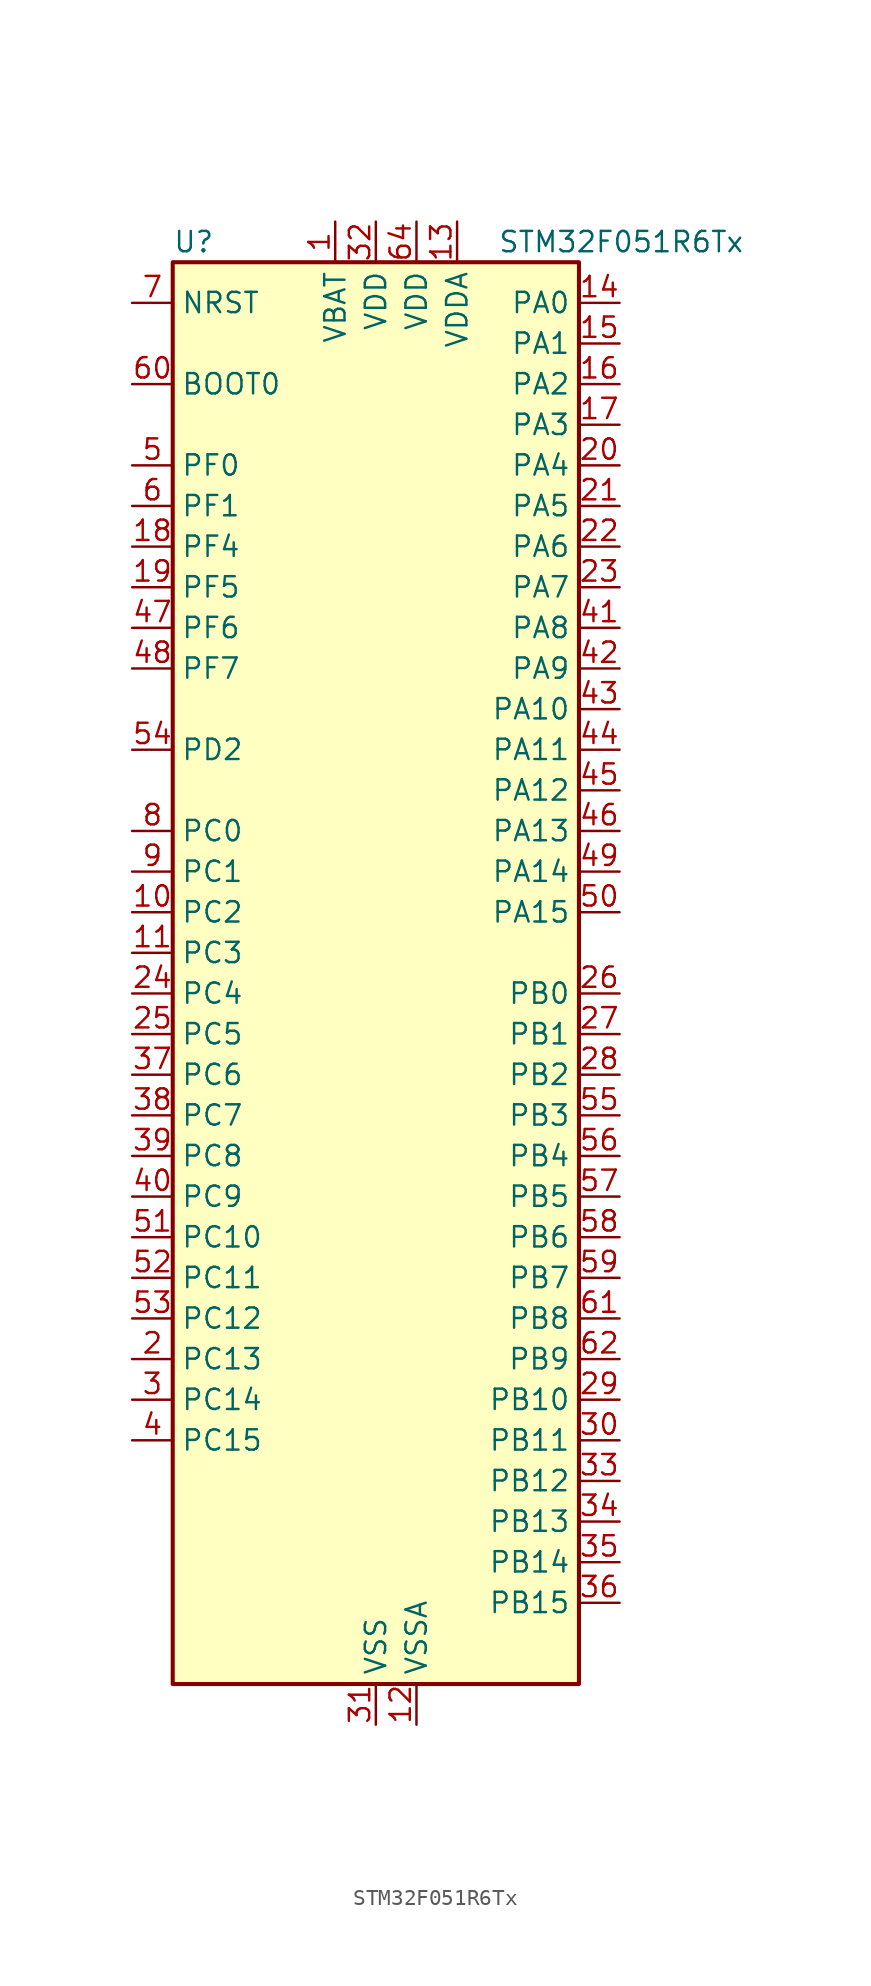
<source format=kicad_sym>
(kicad_symbol_lib
  (version 20231120)
  (generator "kicad_symbol_editor")
  (generator_version "8.0")
  (symbol "STM32F051R6Tx"
    (property "Reference" "U"
      (at -12.7 46.99 0)
      (effects (font (size 1.27 1.27)) (justify left)))
    (property "Value" "STM32F051R6Tx"
      (at 7.62 46.99 0)
      (effects (font (size 1.27 1.27)) (justify left)))
    (property "ki_locked" ""
      (at 0 0 0)
      (effects (font (size 1.27 1.27))))
    (symbol "STM32F051R6Tx_0_1"
      (rectangle (start -12.7 -43.18) (end 12.7 45.72) (stroke (width 0.254) (type default)) (fill (type background))))
    (symbol "STM32F051R6Tx_1_1"
      (pin power_in line (at -2.54 48.26 270) (length 2.54) (name "VBAT" (effects (font (size 1.27 1.27)))) (number "1" (effects (font (size 1.27 1.27)))))
      (pin bidirectional line (at -15.24 5.08 0) (length 2.54) (name "PC2" (effects (font (size 1.27 1.27)))) (number "10" (effects (font (size 1.27 1.27)))) (alternate "ADC_IN12" bidirectional line))
      (pin bidirectional line (at -15.24 2.54 0) (length 2.54) (name "PC3" (effects (font (size 1.27 1.27)))) (number "11" (effects (font (size 1.27 1.27)))) (alternate "ADC_IN13" bidirectional line))
      (pin power_in line (at 2.54 -45.72 90) (length 2.54) (name "VSSA" (effects (font (size 1.27 1.27)))) (number "12" (effects (font (size 1.27 1.27)))))
      (pin power_in line (at 5.08 48.26 270) (length 2.54) (name "VDDA" (effects (font (size 1.27 1.27)))) (number "13" (effects (font (size 1.27 1.27)))))
      (pin bidirectional line (at 15.24 43.18 180) (length 2.54) (name "PA0" (effects (font (size 1.27 1.27)))) (number "14" (effects (font (size 1.27 1.27)))) (alternate "ADC_IN0" bidirectional line) (alternate "COMP1_INM" bidirectional line) (alternate "COMP1_OUT" bidirectional line) (alternate "RTC_TAMP2" bidirectional line) (alternate "SYS_WKUP1" bidirectional line) (alternate "TIM2_CH1" bidirectional line) (alternate "TIM2_ETR" bidirectional line) (alternate "TSC_G1_IO1" bidirectional line) (alternate "USART2_CTS" bidirectional line))
      (pin bidirectional line (at 15.24 40.64 180) (length 2.54) (name "PA1" (effects (font (size 1.27 1.27)))) (number "15" (effects (font (size 1.27 1.27)))) (alternate "ADC_IN1" bidirectional line) (alternate "COMP1_INP" bidirectional line) (alternate "TIM2_CH2" bidirectional line) (alternate "TSC_G1_IO2" bidirectional line) (alternate "USART2_DE" bidirectional line) (alternate "USART2_RTS" bidirectional line))
      (pin bidirectional line (at 15.24 38.1 180) (length 2.54) (name "PA2" (effects (font (size 1.27 1.27)))) (number "16" (effects (font (size 1.27 1.27)))) (alternate "ADC_IN2" bidirectional line) (alternate "COMP2_INM" bidirectional line) (alternate "COMP2_OUT" bidirectional line) (alternate "TIM15_CH1" bidirectional line) (alternate "TIM2_CH3" bidirectional line) (alternate "TSC_G1_IO3" bidirectional line) (alternate "USART2_TX" bidirectional line))
      (pin bidirectional line (at 15.24 35.56 180) (length 2.54) (name "PA3" (effects (font (size 1.27 1.27)))) (number "17" (effects (font (size 1.27 1.27)))) (alternate "ADC_IN3" bidirectional line) (alternate "COMP2_INP" bidirectional line) (alternate "TIM15_CH2" bidirectional line) (alternate "TIM2_CH4" bidirectional line) (alternate "TSC_G1_IO4" bidirectional line) (alternate "USART2_RX" bidirectional line))
      (pin bidirectional line (at -15.24 27.94 0) (length 2.54) (name "PF4" (effects (font (size 1.27 1.27)))) (number "18" (effects (font (size 1.27 1.27)))))
      (pin bidirectional line (at -15.24 25.4 0) (length 2.54) (name "PF5" (effects (font (size 1.27 1.27)))) (number "19" (effects (font (size 1.27 1.27)))))
      (pin bidirectional line (at -15.24 -22.86 0) (length 2.54) (name "PC13" (effects (font (size 1.27 1.27)))) (number "2" (effects (font (size 1.27 1.27)))) (alternate "RTC_OUT_ALARM" bidirectional line) (alternate "RTC_OUT_CALIB" bidirectional line) (alternate "RTC_TAMP1" bidirectional line) (alternate "RTC_TS" bidirectional line) (alternate "SYS_WKUP2" bidirectional line))
      (pin bidirectional line (at 15.24 33.02 180) (length 2.54) (name "PA4" (effects (font (size 1.27 1.27)))) (number "20" (effects (font (size 1.27 1.27)))) (alternate "ADC_IN4" bidirectional line) (alternate "COMP1_INM" bidirectional line) (alternate "COMP2_INM" bidirectional line) (alternate "DAC1_OUT1" bidirectional line) (alternate "I2S1_WS" bidirectional line) (alternate "SPI1_NSS" bidirectional line) (alternate "TIM14_CH1" bidirectional line) (alternate "TSC_G2_IO1" bidirectional line) (alternate "USART2_CK" bidirectional line))
      (pin bidirectional line (at 15.24 30.48 180) (length 2.54) (name "PA5" (effects (font (size 1.27 1.27)))) (number "21" (effects (font (size 1.27 1.27)))) (alternate "ADC_IN5" bidirectional line) (alternate "CEC" bidirectional line) (alternate "COMP1_INM" bidirectional line) (alternate "COMP2_INM" bidirectional line) (alternate "I2S1_CK" bidirectional line) (alternate "SPI1_SCK" bidirectional line) (alternate "TIM2_CH1" bidirectional line) (alternate "TIM2_ETR" bidirectional line) (alternate "TSC_G2_IO2" bidirectional line))
      (pin bidirectional line (at 15.24 27.94 180) (length 2.54) (name "PA6" (effects (font (size 1.27 1.27)))) (number "22" (effects (font (size 1.27 1.27)))) (alternate "ADC_IN6" bidirectional line) (alternate "COMP1_OUT" bidirectional line) (alternate "I2S1_MCK" bidirectional line) (alternate "SPI1_MISO" bidirectional line) (alternate "TIM16_CH1" bidirectional line) (alternate "TIM1_BKIN" bidirectional line) (alternate "TIM3_CH1" bidirectional line) (alternate "TSC_G2_IO3" bidirectional line))
      (pin bidirectional line (at 15.24 25.4 180) (length 2.54) (name "PA7" (effects (font (size 1.27 1.27)))) (number "23" (effects (font (size 1.27 1.27)))) (alternate "ADC_IN7" bidirectional line) (alternate "COMP2_OUT" bidirectional line) (alternate "I2S1_SD" bidirectional line) (alternate "SPI1_MOSI" bidirectional line) (alternate "TIM14_CH1" bidirectional line) (alternate "TIM17_CH1" bidirectional line) (alternate "TIM1_CH1N" bidirectional line) (alternate "TIM3_CH2" bidirectional line) (alternate "TSC_G2_IO4" bidirectional line))
      (pin bidirectional line (at -15.24 0 0) (length 2.54) (name "PC4" (effects (font (size 1.27 1.27)))) (number "24" (effects (font (size 1.27 1.27)))) (alternate "ADC_IN14" bidirectional line))
      (pin bidirectional line (at -15.24 -2.54 0) (length 2.54) (name "PC5" (effects (font (size 1.27 1.27)))) (number "25" (effects (font (size 1.27 1.27)))) (alternate "ADC_IN15" bidirectional line) (alternate "TSC_G3_IO1" bidirectional line))
      (pin bidirectional line (at 15.24 0 180) (length 2.54) (name "PB0" (effects (font (size 1.27 1.27)))) (number "26" (effects (font (size 1.27 1.27)))) (alternate "ADC_IN8" bidirectional line) (alternate "TIM1_CH2N" bidirectional line) (alternate "TIM3_CH3" bidirectional line) (alternate "TSC_G3_IO2" bidirectional line))
      (pin bidirectional line (at 15.24 -2.54 180) (length 2.54) (name "PB1" (effects (font (size 1.27 1.27)))) (number "27" (effects (font (size 1.27 1.27)))) (alternate "ADC_IN9" bidirectional line) (alternate "TIM14_CH1" bidirectional line) (alternate "TIM1_CH3N" bidirectional line) (alternate "TIM3_CH4" bidirectional line) (alternate "TSC_G3_IO3" bidirectional line))
      (pin bidirectional line (at 15.24 -5.08 180) (length 2.54) (name "PB2" (effects (font (size 1.27 1.27)))) (number "28" (effects (font (size 1.27 1.27)))) (alternate "TSC_G3_IO4" bidirectional line))
      (pin bidirectional line (at 15.24 -25.4 180) (length 2.54) (name "PB10" (effects (font (size 1.27 1.27)))) (number "29" (effects (font (size 1.27 1.27)))) (alternate "CEC" bidirectional line) (alternate "TIM2_CH3" bidirectional line) (alternate "TSC_SYNC" bidirectional line))
      (pin bidirectional line (at -15.24 -25.4 0) (length 2.54) (name "PC14" (effects (font (size 1.27 1.27)))) (number "3" (effects (font (size 1.27 1.27)))) (alternate "RCC_OSC32_IN" bidirectional line))
      (pin bidirectional line (at 15.24 -27.94 180) (length 2.54) (name "PB11" (effects (font (size 1.27 1.27)))) (number "30" (effects (font (size 1.27 1.27)))) (alternate "TIM2_CH4" bidirectional line) (alternate "TSC_G6_IO1" bidirectional line))
      (pin power_in line (at 0 -45.72 90) (length 2.54) (name "VSS" (effects (font (size 1.27 1.27)))) (number "31" (effects (font (size 1.27 1.27)))))
      (pin power_in line (at 0 48.26 270) (length 2.54) (name "VDD" (effects (font (size 1.27 1.27)))) (number "32" (effects (font (size 1.27 1.27)))))
      (pin bidirectional line (at 15.24 -30.48 180) (length 2.54) (name "PB12" (effects (font (size 1.27 1.27)))) (number "33" (effects (font (size 1.27 1.27)))) (alternate "SPI2_NSS" bidirectional line) (alternate "TIM1_BKIN" bidirectional line) (alternate "TSC_G6_IO2" bidirectional line))
      (pin bidirectional line (at 15.24 -33.02 180) (length 2.54) (name "PB13" (effects (font (size 1.27 1.27)))) (number "34" (effects (font (size 1.27 1.27)))) (alternate "SPI2_SCK" bidirectional line) (alternate "TIM1_CH1N" bidirectional line) (alternate "TSC_G6_IO3" bidirectional line))
      (pin bidirectional line (at 15.24 -35.56 180) (length 2.54) (name "PB14" (effects (font (size 1.27 1.27)))) (number "35" (effects (font (size 1.27 1.27)))) (alternate "SPI2_MISO" bidirectional line) (alternate "TIM15_CH1" bidirectional line) (alternate "TIM1_CH2N" bidirectional line) (alternate "TSC_G6_IO4" bidirectional line))
      (pin bidirectional line (at 15.24 -38.1 180) (length 2.54) (name "PB15" (effects (font (size 1.27 1.27)))) (number "36" (effects (font (size 1.27 1.27)))) (alternate "RTC_REFIN" bidirectional line) (alternate "SPI2_MOSI" bidirectional line) (alternate "TIM15_CH1N" bidirectional line) (alternate "TIM15_CH2" bidirectional line) (alternate "TIM1_CH3N" bidirectional line))
      (pin bidirectional line (at -15.24 -5.08 0) (length 2.54) (name "PC6" (effects (font (size 1.27 1.27)))) (number "37" (effects (font (size 1.27 1.27)))) (alternate "TIM3_CH1" bidirectional line))
      (pin bidirectional line (at -15.24 -7.62 0) (length 2.54) (name "PC7" (effects (font (size 1.27 1.27)))) (number "38" (effects (font (size 1.27 1.27)))) (alternate "TIM3_CH2" bidirectional line))
      (pin bidirectional line (at -15.24 -10.16 0) (length 2.54) (name "PC8" (effects (font (size 1.27 1.27)))) (number "39" (effects (font (size 1.27 1.27)))) (alternate "TIM3_CH3" bidirectional line))
      (pin bidirectional line (at -15.24 -27.94 0) (length 2.54) (name "PC15" (effects (font (size 1.27 1.27)))) (number "4" (effects (font (size 1.27 1.27)))) (alternate "RCC_OSC32_OUT" bidirectional line))
      (pin bidirectional line (at -15.24 -12.7 0) (length 2.54) (name "PC9" (effects (font (size 1.27 1.27)))) (number "40" (effects (font (size 1.27 1.27)))) (alternate "DAC1_EXTI9" bidirectional line) (alternate "TIM3_CH4" bidirectional line))
      (pin bidirectional line (at 15.24 22.86 180) (length 2.54) (name "PA8" (effects (font (size 1.27 1.27)))) (number "41" (effects (font (size 1.27 1.27)))) (alternate "RCC_MCO" bidirectional line) (alternate "TIM1_CH1" bidirectional line) (alternate "USART1_CK" bidirectional line))
      (pin bidirectional line (at 15.24 20.32 180) (length 2.54) (name "PA9" (effects (font (size 1.27 1.27)))) (number "42" (effects (font (size 1.27 1.27)))) (alternate "DAC1_EXTI9" bidirectional line) (alternate "TIM15_BKIN" bidirectional line) (alternate "TIM1_CH2" bidirectional line) (alternate "TSC_G4_IO1" bidirectional line) (alternate "USART1_TX" bidirectional line))
      (pin bidirectional line (at 15.24 17.78 180) (length 2.54) (name "PA10" (effects (font (size 1.27 1.27)))) (number "43" (effects (font (size 1.27 1.27)))) (alternate "TIM17_BKIN" bidirectional line) (alternate "TIM1_CH3" bidirectional line) (alternate "TSC_G4_IO2" bidirectional line) (alternate "USART1_RX" bidirectional line))
      (pin bidirectional line (at 15.24 15.24 180) (length 2.54) (name "PA11" (effects (font (size 1.27 1.27)))) (number "44" (effects (font (size 1.27 1.27)))) (alternate "COMP1_OUT" bidirectional line) (alternate "TIM1_CH4" bidirectional line) (alternate "TSC_G4_IO3" bidirectional line) (alternate "USART1_CTS" bidirectional line))
      (pin bidirectional line (at 15.24 12.7 180) (length 2.54) (name "PA12" (effects (font (size 1.27 1.27)))) (number "45" (effects (font (size 1.27 1.27)))) (alternate "COMP2_OUT" bidirectional line) (alternate "TIM1_ETR" bidirectional line) (alternate "TSC_G4_IO4" bidirectional line) (alternate "USART1_DE" bidirectional line) (alternate "USART1_RTS" bidirectional line))
      (pin bidirectional line (at 15.24 10.16 180) (length 2.54) (name "PA13" (effects (font (size 1.27 1.27)))) (number "46" (effects (font (size 1.27 1.27)))) (alternate "IR_OUT" bidirectional line) (alternate "SYS_SWDIO" bidirectional line))
      (pin bidirectional line (at -15.24 22.86 0) (length 2.54) (name "PF6" (effects (font (size 1.27 1.27)))) (number "47" (effects (font (size 1.27 1.27)))))
      (pin bidirectional line (at -15.24 20.32 0) (length 2.54) (name "PF7" (effects (font (size 1.27 1.27)))) (number "48" (effects (font (size 1.27 1.27)))))
      (pin bidirectional line (at 15.24 7.62 180) (length 2.54) (name "PA14" (effects (font (size 1.27 1.27)))) (number "49" (effects (font (size 1.27 1.27)))) (alternate "SYS_SWCLK" bidirectional line) (alternate "USART2_TX" bidirectional line))
      (pin bidirectional line (at -15.24 33.02 0) (length 2.54) (name "PF0" (effects (font (size 1.27 1.27)))) (number "5" (effects (font (size 1.27 1.27)))) (alternate "RCC_OSC_IN" bidirectional line))
      (pin bidirectional line (at 15.24 5.08 180) (length 2.54) (name "PA15" (effects (font (size 1.27 1.27)))) (number "50" (effects (font (size 1.27 1.27)))) (alternate "I2S1_WS" bidirectional line) (alternate "SPI1_NSS" bidirectional line) (alternate "TIM2_CH1" bidirectional line) (alternate "TIM2_ETR" bidirectional line) (alternate "USART2_RX" bidirectional line))
      (pin bidirectional line (at -15.24 -15.24 0) (length 2.54) (name "PC10" (effects (font (size 1.27 1.27)))) (number "51" (effects (font (size 1.27 1.27)))))
      (pin bidirectional line (at -15.24 -17.78 0) (length 2.54) (name "PC11" (effects (font (size 1.27 1.27)))) (number "52" (effects (font (size 1.27 1.27)))))
      (pin bidirectional line (at -15.24 -20.32 0) (length 2.54) (name "PC12" (effects (font (size 1.27 1.27)))) (number "53" (effects (font (size 1.27 1.27)))))
      (pin bidirectional line (at -15.24 15.24 0) (length 2.54) (name "PD2" (effects (font (size 1.27 1.27)))) (number "54" (effects (font (size 1.27 1.27)))) (alternate "TIM3_ETR" bidirectional line))
      (pin bidirectional line (at 15.24 -7.62 180) (length 2.54) (name "PB3" (effects (font (size 1.27 1.27)))) (number "55" (effects (font (size 1.27 1.27)))) (alternate "I2S1_CK" bidirectional line) (alternate "SPI1_SCK" bidirectional line) (alternate "TIM2_CH2" bidirectional line) (alternate "TSC_G5_IO1" bidirectional line))
      (pin bidirectional line (at 15.24 -10.16 180) (length 2.54) (name "PB4" (effects (font (size 1.27 1.27)))) (number "56" (effects (font (size 1.27 1.27)))) (alternate "I2S1_MCK" bidirectional line) (alternate "SPI1_MISO" bidirectional line) (alternate "TIM3_CH1" bidirectional line) (alternate "TSC_G5_IO2" bidirectional line))
      (pin bidirectional line (at 15.24 -12.7 180) (length 2.54) (name "PB5" (effects (font (size 1.27 1.27)))) (number "57" (effects (font (size 1.27 1.27)))) (alternate "I2C1_SMBA" bidirectional line) (alternate "I2S1_SD" bidirectional line) (alternate "SPI1_MOSI" bidirectional line) (alternate "TIM16_BKIN" bidirectional line) (alternate "TIM3_CH2" bidirectional line))
      (pin bidirectional line (at 15.24 -15.24 180) (length 2.54) (name "PB6" (effects (font (size 1.27 1.27)))) (number "58" (effects (font (size 1.27 1.27)))) (alternate "I2C1_SCL" bidirectional line) (alternate "TIM16_CH1N" bidirectional line) (alternate "TSC_G5_IO3" bidirectional line) (alternate "USART1_TX" bidirectional line))
      (pin bidirectional line (at 15.24 -17.78 180) (length 2.54) (name "PB7" (effects (font (size 1.27 1.27)))) (number "59" (effects (font (size 1.27 1.27)))) (alternate "I2C1_SDA" bidirectional line) (alternate "TIM17_CH1N" bidirectional line) (alternate "TSC_G5_IO4" bidirectional line) (alternate "USART1_RX" bidirectional line))
      (pin bidirectional line (at -15.24 30.48 0) (length 2.54) (name "PF1" (effects (font (size 1.27 1.27)))) (number "6" (effects (font (size 1.27 1.27)))) (alternate "RCC_OSC_OUT" bidirectional line))
      (pin input line (at -15.24 38.1 0) (length 2.54) (name "BOOT0" (effects (font (size 1.27 1.27)))) (number "60" (effects (font (size 1.27 1.27)))))
      (pin bidirectional line (at 15.24 -20.32 180) (length 2.54) (name "PB8" (effects (font (size 1.27 1.27)))) (number "61" (effects (font (size 1.27 1.27)))) (alternate "CEC" bidirectional line) (alternate "I2C1_SCL" bidirectional line) (alternate "TIM16_CH1" bidirectional line) (alternate "TSC_SYNC" bidirectional line))
      (pin bidirectional line (at 15.24 -22.86 180) (length 2.54) (name "PB9" (effects (font (size 1.27 1.27)))) (number "62" (effects (font (size 1.27 1.27)))) (alternate "DAC1_EXTI9" bidirectional line) (alternate "I2C1_SDA" bidirectional line) (alternate "IR_OUT" bidirectional line) (alternate "TIM17_CH1" bidirectional line))
      (pin passive line (at 0 -45.72 90) (length 2.54) hide (name "VSS" (effects (font (size 1.27 1.27)))) (number "63" (effects (font (size 1.27 1.27)))))
      (pin power_in line (at 2.54 48.26 270) (length 2.54) (name "VDD" (effects (font (size 1.27 1.27)))) (number "64" (effects (font (size 1.27 1.27)))))
      (pin input line (at -15.24 43.18 0) (length 2.54) (name "NRST" (effects (font (size 1.27 1.27)))) (number "7" (effects (font (size 1.27 1.27)))))
      (pin bidirectional line (at -15.24 10.16 0) (length 2.54) (name "PC0" (effects (font (size 1.27 1.27)))) (number "8" (effects (font (size 1.27 1.27)))) (alternate "ADC_IN10" bidirectional line))
      (pin bidirectional line (at -15.24 7.62 0) (length 2.54) (name "PC1" (effects (font (size 1.27 1.27)))) (number "9" (effects (font (size 1.27 1.27)))) (alternate "ADC_IN11" bidirectional line)))))
</source>
